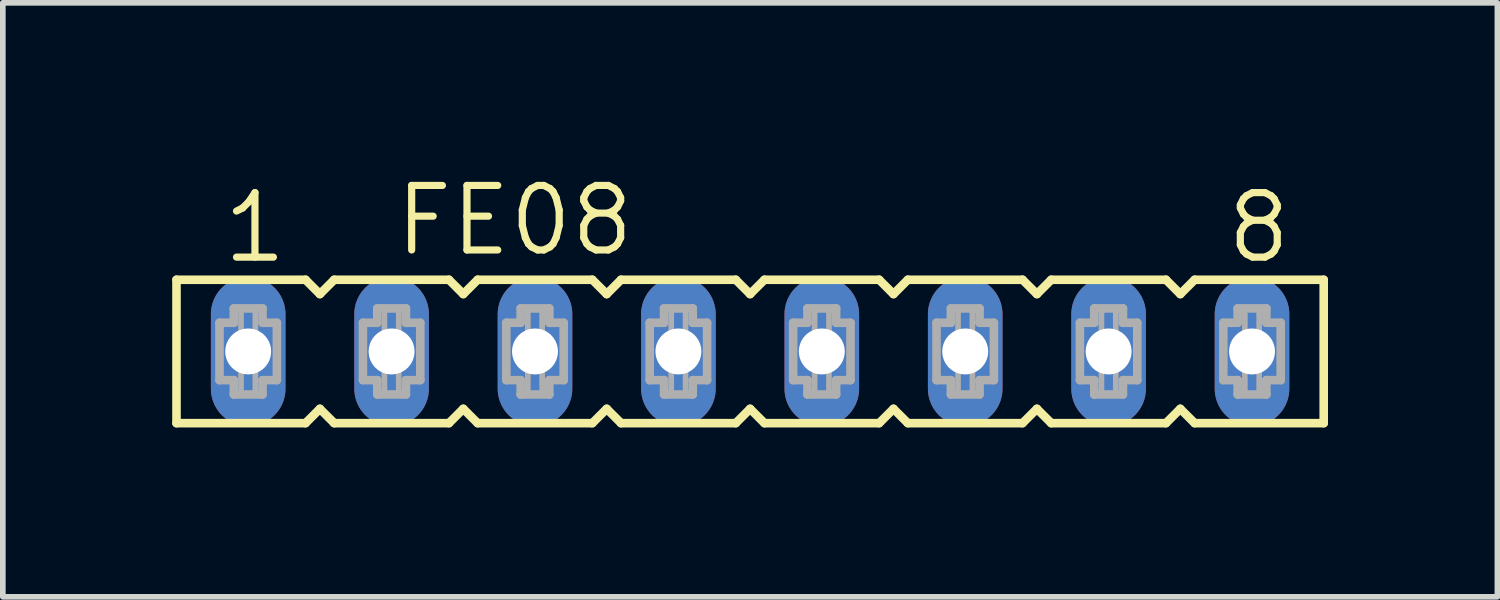
<source format=kicad_pcb>
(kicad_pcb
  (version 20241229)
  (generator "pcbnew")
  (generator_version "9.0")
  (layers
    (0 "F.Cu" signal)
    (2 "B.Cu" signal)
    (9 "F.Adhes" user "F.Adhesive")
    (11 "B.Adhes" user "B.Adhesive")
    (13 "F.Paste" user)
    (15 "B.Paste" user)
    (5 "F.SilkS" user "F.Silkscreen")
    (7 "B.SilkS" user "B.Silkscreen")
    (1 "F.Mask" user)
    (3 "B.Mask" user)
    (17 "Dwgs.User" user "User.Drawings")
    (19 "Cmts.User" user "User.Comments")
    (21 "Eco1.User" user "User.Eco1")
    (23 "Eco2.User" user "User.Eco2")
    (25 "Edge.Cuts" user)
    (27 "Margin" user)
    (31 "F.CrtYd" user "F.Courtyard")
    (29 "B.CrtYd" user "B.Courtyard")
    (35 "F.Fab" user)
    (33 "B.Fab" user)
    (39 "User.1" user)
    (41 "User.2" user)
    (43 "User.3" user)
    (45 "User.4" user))
  (footprint "FE08"
    (layer "F.Cu")
    (at 10.236 3.175)
    (property "Reference" "FE08" (at -6.35 -1.651 0) (layer "F.SilkS") (effects (font (size 1.143 1.143) (thickness 0.127)) (justify left bottom)))
    (fp_line (start -10.16 -1.27) (end -10.16 1.27) (stroke (width 0.152) (type solid)) (layer "F.SilkS"))
    (fp_line (start -10.16 1.27) (end -7.874 1.27) (stroke (width 0.152) (type solid)) (layer "F.SilkS"))
    (fp_line (start -7.874 -1.27) (end -10.16 -1.27) (stroke (width 0.152) (type solid)) (layer "F.SilkS"))
    (fp_line (start -7.874 1.27) (end -7.62 1.016) (stroke (width 0.152) (type solid)) (layer "F.SilkS"))
    (fp_line (start -7.62 -1.016) (end -7.874 -1.27) (stroke (width 0.152) (type solid)) (layer "F.SilkS"))
    (fp_line (start -7.62 1.016) (end -7.366 1.27) (stroke (width 0.152) (type solid)) (layer "F.SilkS"))
    (fp_line (start -7.366 -1.27) (end -7.62 -1.016) (stroke (width 0.152) (type solid)) (layer "F.SilkS"))
    (fp_line (start -7.366 1.27) (end -5.334 1.27) (stroke (width 0.152) (type solid)) (layer "F.SilkS"))
    (fp_line (start -5.334 -1.27) (end -7.366 -1.27) (stroke (width 0.152) (type solid)) (layer "F.SilkS"))
    (fp_line (start -5.334 1.27) (end -5.08 1.016) (stroke (width 0.152) (type solid)) (layer "F.SilkS"))
    (fp_line (start -5.08 -1.016) (end -5.334 -1.27) (stroke (width 0.152) (type solid)) (layer "F.SilkS"))
    (fp_line (start -5.08 1.016) (end -4.826 1.27) (stroke (width 0.152) (type solid)) (layer "F.SilkS"))
    (fp_line (start -4.826 -1.27) (end -5.08 -1.016) (stroke (width 0.152) (type solid)) (layer "F.SilkS"))
    (fp_line (start -4.826 1.27) (end -2.794 1.27) (stroke (width 0.152) (type solid)) (layer "F.SilkS"))
    (fp_line (start -2.794 -1.27) (end -4.826 -1.27) (stroke (width 0.152) (type solid)) (layer "F.SilkS"))
    (fp_line (start -2.794 1.27) (end -2.54 1.016) (stroke (width 0.152) (type solid)) (layer "F.SilkS"))
    (fp_line (start -2.54 -1.016) (end -2.794 -1.27) (stroke (width 0.152) (type solid)) (layer "F.SilkS"))
    (fp_line (start -2.54 1.016) (end -2.286 1.27) (stroke (width 0.152) (type solid)) (layer "F.SilkS"))
    (fp_line (start -2.286 -1.27) (end -2.54 -1.016) (stroke (width 0.152) (type solid)) (layer "F.SilkS"))
    (fp_line (start -2.286 1.27) (end -0.254 1.27) (stroke (width 0.152) (type solid)) (layer "F.SilkS"))
    (fp_line (start -0.254 -1.27) (end -2.286 -1.27) (stroke (width 0.152) (type solid)) (layer "F.SilkS"))
    (fp_line (start -0.254 1.27) (end 0 1.016) (stroke (width 0.152) (type solid)) (layer "F.SilkS"))
    (fp_line (start 0 -1.016) (end -0.254 -1.27) (stroke (width 0.152) (type solid)) (layer "F.SilkS"))
    (fp_line (start 0 1.016) (end 0.254 1.27) (stroke (width 0.152) (type solid)) (layer "F.SilkS"))
    (fp_line (start 0.254 -1.27) (end 0 -1.016) (stroke (width 0.152) (type solid)) (layer "F.SilkS"))
    (fp_line (start 0.254 1.27) (end 2.286 1.27) (stroke (width 0.152) (type solid)) (layer "F.SilkS"))
    (fp_line (start 2.286 -1.27) (end 0.254 -1.27) (stroke (width 0.152) (type solid)) (layer "F.SilkS"))
    (fp_line (start 2.286 1.27) (end 2.54 1.016) (stroke (width 0.152) (type solid)) (layer "F.SilkS"))
    (fp_line (start 2.54 -1.016) (end 2.286 -1.27) (stroke (width 0.152) (type solid)) (layer "F.SilkS"))
    (fp_line (start 2.54 1.016) (end 2.794 1.27) (stroke (width 0.152) (type solid)) (layer "F.SilkS"))
    (fp_line (start 2.794 -1.27) (end 2.54 -1.016) (stroke (width 0.152) (type solid)) (layer "F.SilkS"))
    (fp_line (start 2.794 1.27) (end 4.826 1.27) (stroke (width 0.152) (type solid)) (layer "F.SilkS"))
    (fp_line (start 4.826 -1.27) (end 2.794 -1.27) (stroke (width 0.152) (type solid)) (layer "F.SilkS"))
    (fp_line (start 4.826 1.27) (end 5.08 1.016) (stroke (width 0.152) (type solid)) (layer "F.SilkS"))
    (fp_line (start 5.08 -1.016) (end 4.826 -1.27) (stroke (width 0.152) (type solid)) (layer "F.SilkS"))
    (fp_line (start 5.08 1.016) (end 5.334 1.27) (stroke (width 0.152) (type solid)) (layer "F.SilkS"))
    (fp_line (start 5.334 -1.27) (end 5.08 -1.016) (stroke (width 0.152) (type solid)) (layer "F.SilkS"))
    (fp_line (start 5.334 1.27) (end 7.366 1.27) (stroke (width 0.152) (type solid)) (layer "F.SilkS"))
    (fp_line (start 7.366 -1.27) (end 5.334 -1.27) (stroke (width 0.152) (type solid)) (layer "F.SilkS"))
    (fp_line (start 7.366 1.27) (end 7.62 1.016) (stroke (width 0.152) (type solid)) (layer "F.SilkS"))
    (fp_line (start 7.62 -1.016) (end 7.366 -1.27) (stroke (width 0.152) (type solid)) (layer "F.SilkS"))
    (fp_line (start 7.62 1.016) (end 7.874 1.27) (stroke (width 0.152) (type solid)) (layer "F.SilkS"))
    (fp_line (start 7.874 -1.27) (end 7.62 -1.016) (stroke (width 0.152) (type solid)) (layer "F.SilkS"))
    (fp_line (start 7.874 1.27) (end 10.16 1.27) (stroke (width 0.152) (type solid)) (layer "F.SilkS"))
    (fp_line (start 10.16 -1.27) (end 7.874 -1.27) (stroke (width 0.152) (type solid)) (layer "F.SilkS"))
    (fp_line (start 10.16 1.27) (end 10.16 -1.27) (stroke (width 0.152) (type solid)) (layer "F.SilkS"))
    (fp_line (start -9.398 -0.508) (end -9.398 0.508) (stroke (width 0.152) (type solid)) (layer "F.Fab"))
    (fp_line (start -9.398 0.508) (end -9.144 0.508) (stroke (width 0.152) (type solid)) (layer "F.Fab"))
    (fp_line (start -9.144 -0.762) (end -9.144 -0.508) (stroke (width 0.152) (type solid)) (layer "F.Fab"))
    (fp_line (start -9.144 -0.508) (end -9.398 -0.508) (stroke (width 0.152) (type solid)) (layer "F.Fab"))
    (fp_line (start -9.144 0.508) (end -9.144 0.762) (stroke (width 0.152) (type solid)) (layer "F.Fab"))
    (fp_line (start -9.144 0.762) (end -8.636 0.762) (stroke (width 0.152) (type solid)) (layer "F.Fab"))
    (fp_line (start -8.636 -0.762) (end -9.144 -0.762) (stroke (width 0.152) (type solid)) (layer "F.Fab"))
    (fp_line (start -8.636 -0.508) (end -8.636 -0.762) (stroke (width 0.152) (type solid)) (layer "F.Fab"))
    (fp_line (start -8.636 0.508) (end -8.382 0.508) (stroke (width 0.152) (type solid)) (layer "F.Fab"))
    (fp_line (start -8.636 0.762) (end -8.636 0.508) (stroke (width 0.152) (type solid)) (layer "F.Fab"))
    (fp_line (start -8.382 -0.508) (end -8.636 -0.508) (stroke (width 0.152) (type solid)) (layer "F.Fab"))
    (fp_line (start -8.382 0.508) (end -8.382 -0.508) (stroke (width 0.152) (type solid)) (layer "F.Fab"))
    (fp_line (start -6.858 -0.508) (end -6.858 0.508) (stroke (width 0.152) (type solid)) (layer "F.Fab"))
    (fp_line (start -6.858 0.508) (end -6.604 0.508) (stroke (width 0.152) (type solid)) (layer "F.Fab"))
    (fp_line (start -6.604 -0.762) (end -6.604 -0.508) (stroke (width 0.152) (type solid)) (layer "F.Fab"))
    (fp_line (start -6.604 -0.508) (end -6.858 -0.508) (stroke (width 0.152) (type solid)) (layer "F.Fab"))
    (fp_line (start -6.604 0.508) (end -6.604 0.762) (stroke (width 0.152) (type solid)) (layer "F.Fab"))
    (fp_line (start -6.604 0.762) (end -6.096 0.762) (stroke (width 0.152) (type solid)) (layer "F.Fab"))
    (fp_line (start -6.096 -0.762) (end -6.604 -0.762) (stroke (width 0.152) (type solid)) (layer "F.Fab"))
    (fp_line (start -6.096 -0.508) (end -6.096 -0.762) (stroke (width 0.152) (type solid)) (layer "F.Fab"))
    (fp_line (start -6.096 0.508) (end -5.842 0.508) (stroke (width 0.152) (type solid)) (layer "F.Fab"))
    (fp_line (start -6.096 0.762) (end -6.096 0.508) (stroke (width 0.152) (type solid)) (layer "F.Fab"))
    (fp_line (start -5.842 -0.508) (end -6.096 -0.508) (stroke (width 0.152) (type solid)) (layer "F.Fab"))
    (fp_line (start -5.842 0.508) (end -5.842 -0.508) (stroke (width 0.152) (type solid)) (layer "F.Fab"))
    (fp_line (start -4.318 -0.508) (end -4.318 0.508) (stroke (width 0.152) (type solid)) (layer "F.Fab"))
    (fp_line (start -4.318 0.508) (end -4.064 0.508) (stroke (width 0.152) (type solid)) (layer "F.Fab"))
    (fp_line (start -4.064 -0.762) (end -4.064 -0.508) (stroke (width 0.152) (type solid)) (layer "F.Fab"))
    (fp_line (start -4.064 -0.508) (end -4.318 -0.508) (stroke (width 0.152) (type solid)) (layer "F.Fab"))
    (fp_line (start -4.064 0.508) (end -4.064 0.762) (stroke (width 0.152) (type solid)) (layer "F.Fab"))
    (fp_line (start -4.064 0.762) (end -3.556 0.762) (stroke (width 0.152) (type solid)) (layer "F.Fab"))
    (fp_line (start -3.556 -0.762) (end -4.064 -0.762) (stroke (width 0.152) (type solid)) (layer "F.Fab"))
    (fp_line (start -3.556 -0.508) (end -3.556 -0.762) (stroke (width 0.152) (type solid)) (layer "F.Fab"))
    (fp_line (start -3.556 0.508) (end -3.302 0.508) (stroke (width 0.152) (type solid)) (layer "F.Fab"))
    (fp_line (start -3.556 0.762) (end -3.556 0.508) (stroke (width 0.152) (type solid)) (layer "F.Fab"))
    (fp_line (start -3.302 -0.508) (end -3.556 -0.508) (stroke (width 0.152) (type solid)) (layer "F.Fab"))
    (fp_line (start -3.302 0.508) (end -3.302 -0.508) (stroke (width 0.152) (type solid)) (layer "F.Fab"))
    (fp_line (start -1.778 -0.508) (end -1.778 0.508) (stroke (width 0.152) (type solid)) (layer "F.Fab"))
    (fp_line (start -1.778 0.508) (end -1.524 0.508) (stroke (width 0.152) (type solid)) (layer "F.Fab"))
    (fp_line (start -1.524 -0.762) (end -1.524 -0.508) (stroke (width 0.152) (type solid)) (layer "F.Fab"))
    (fp_line (start -1.524 -0.508) (end -1.778 -0.508) (stroke (width 0.152) (type solid)) (layer "F.Fab"))
    (fp_line (start -1.524 0.508) (end -1.524 0.762) (stroke (width 0.152) (type solid)) (layer "F.Fab"))
    (fp_line (start -1.524 0.762) (end -1.016 0.762) (stroke (width 0.152) (type solid)) (layer "F.Fab"))
    (fp_line (start -1.016 -0.762) (end -1.524 -0.762) (stroke (width 0.152) (type solid)) (layer "F.Fab"))
    (fp_line (start -1.016 -0.508) (end -1.016 -0.762) (stroke (width 0.152) (type solid)) (layer "F.Fab"))
    (fp_line (start -1.016 0.508) (end -0.762 0.508) (stroke (width 0.152) (type solid)) (layer "F.Fab"))
    (fp_line (start -1.016 0.762) (end -1.016 0.508) (stroke (width 0.152) (type solid)) (layer "F.Fab"))
    (fp_line (start -0.762 -0.508) (end -1.016 -0.508) (stroke (width 0.152) (type solid)) (layer "F.Fab"))
    (fp_line (start -0.762 0.508) (end -0.762 -0.508) (stroke (width 0.152) (type solid)) (layer "F.Fab"))
    (fp_line (start 0.762 -0.508) (end 0.762 0.508) (stroke (width 0.152) (type solid)) (layer "F.Fab"))
    (fp_line (start 0.762 0.508) (end 1.016 0.508) (stroke (width 0.152) (type solid)) (layer "F.Fab"))
    (fp_line (start 1.016 -0.762) (end 1.016 -0.508) (stroke (width 0.152) (type solid)) (layer "F.Fab"))
    (fp_line (start 1.016 -0.508) (end 0.762 -0.508) (stroke (width 0.152) (type solid)) (layer "F.Fab"))
    (fp_line (start 1.016 0.508) (end 1.016 0.762) (stroke (width 0.152) (type solid)) (layer "F.Fab"))
    (fp_line (start 1.016 0.762) (end 1.524 0.762) (stroke (width 0.152) (type solid)) (layer "F.Fab"))
    (fp_line (start 1.524 -0.762) (end 1.016 -0.762) (stroke (width 0.152) (type solid)) (layer "F.Fab"))
    (fp_line (start 1.524 -0.508) (end 1.524 -0.762) (stroke (width 0.152) (type solid)) (layer "F.Fab"))
    (fp_line (start 1.524 0.508) (end 1.778 0.508) (stroke (width 0.152) (type solid)) (layer "F.Fab"))
    (fp_line (start 1.524 0.762) (end 1.524 0.508) (stroke (width 0.152) (type solid)) (layer "F.Fab"))
    (fp_line (start 1.778 -0.508) (end 1.524 -0.508) (stroke (width 0.152) (type solid)) (layer "F.Fab"))
    (fp_line (start 1.778 0.508) (end 1.778 -0.508) (stroke (width 0.152) (type solid)) (layer "F.Fab"))
    (fp_line (start 3.302 -0.508) (end 3.302 0.508) (stroke (width 0.152) (type solid)) (layer "F.Fab"))
    (fp_line (start 3.302 0.508) (end 3.556 0.508) (stroke (width 0.152) (type solid)) (layer "F.Fab"))
    (fp_line (start 3.556 -0.762) (end 3.556 -0.508) (stroke (width 0.152) (type solid)) (layer "F.Fab"))
    (fp_line (start 3.556 -0.508) (end 3.302 -0.508) (stroke (width 0.152) (type solid)) (layer "F.Fab"))
    (fp_line (start 3.556 0.508) (end 3.556 0.762) (stroke (width 0.152) (type solid)) (layer "F.Fab"))
    (fp_line (start 3.556 0.762) (end 4.064 0.762) (stroke (width 0.152) (type solid)) (layer "F.Fab"))
    (fp_line (start 4.064 -0.762) (end 3.556 -0.762) (stroke (width 0.152) (type solid)) (layer "F.Fab"))
    (fp_line (start 4.064 -0.508) (end 4.064 -0.762) (stroke (width 0.152) (type solid)) (layer "F.Fab"))
    (fp_line (start 4.064 0.508) (end 4.318 0.508) (stroke (width 0.152) (type solid)) (layer "F.Fab"))
    (fp_line (start 4.064 0.762) (end 4.064 0.508) (stroke (width 0.152) (type solid)) (layer "F.Fab"))
    (fp_line (start 4.318 -0.508) (end 4.064 -0.508) (stroke (width 0.152) (type solid)) (layer "F.Fab"))
    (fp_line (start 4.318 0.508) (end 4.318 -0.508) (stroke (width 0.152) (type solid)) (layer "F.Fab"))
    (fp_line (start 5.842 -0.508) (end 5.842 0.508) (stroke (width 0.152) (type solid)) (layer "F.Fab"))
    (fp_line (start 5.842 0.508) (end 6.096 0.508) (stroke (width 0.152) (type solid)) (layer "F.Fab"))
    (fp_line (start 6.096 -0.762) (end 6.096 -0.508) (stroke (width 0.152) (type solid)) (layer "F.Fab"))
    (fp_line (start 6.096 -0.508) (end 5.842 -0.508) (stroke (width 0.152) (type solid)) (layer "F.Fab"))
    (fp_line (start 6.096 0.508) (end 6.096 0.762) (stroke (width 0.152) (type solid)) (layer "F.Fab"))
    (fp_line (start 6.096 0.762) (end 6.604 0.762) (stroke (width 0.152) (type solid)) (layer "F.Fab"))
    (fp_line (start 6.604 -0.762) (end 6.096 -0.762) (stroke (width 0.152) (type solid)) (layer "F.Fab"))
    (fp_line (start 6.604 -0.508) (end 6.604 -0.762) (stroke (width 0.152) (type solid)) (layer "F.Fab"))
    (fp_line (start 6.604 0.508) (end 6.858 0.508) (stroke (width 0.152) (type solid)) (layer "F.Fab"))
    (fp_line (start 6.604 0.762) (end 6.604 0.508) (stroke (width 0.152) (type solid)) (layer "F.Fab"))
    (fp_line (start 6.858 -0.508) (end 6.604 -0.508) (stroke (width 0.152) (type solid)) (layer "F.Fab"))
    (fp_line (start 6.858 0.508) (end 6.858 -0.508) (stroke (width 0.152) (type solid)) (layer "F.Fab"))
    (fp_line (start 8.382 -0.508) (end 8.382 0.508) (stroke (width 0.152) (type solid)) (layer "F.Fab"))
    (fp_line (start 8.382 0.508) (end 8.636 0.508) (stroke (width 0.152) (type solid)) (layer "F.Fab"))
    (fp_line (start 8.636 -0.762) (end 8.636 -0.508) (stroke (width 0.152) (type solid)) (layer "F.Fab"))
    (fp_line (start 8.636 -0.508) (end 8.382 -0.508) (stroke (width 0.152) (type solid)) (layer "F.Fab"))
    (fp_line (start 8.636 0.508) (end 8.636 0.762) (stroke (width 0.152) (type solid)) (layer "F.Fab"))
    (fp_line (start 8.636 0.762) (end 9.144 0.762) (stroke (width 0.152) (type solid)) (layer "F.Fab"))
    (fp_line (start 9.144 -0.762) (end 8.636 -0.762) (stroke (width 0.152) (type solid)) (layer "F.Fab"))
    (fp_line (start 9.144 -0.508) (end 9.144 -0.762) (stroke (width 0.152) (type solid)) (layer "F.Fab"))
    (fp_line (start 9.144 0.508) (end 9.398 0.508) (stroke (width 0.152) (type solid)) (layer "F.Fab"))
    (fp_line (start 9.144 0.762) (end 9.144 0.508) (stroke (width 0.152) (type solid)) (layer "F.Fab"))
    (fp_line (start 9.398 -0.508) (end 9.144 -0.508) (stroke (width 0.152) (type solid)) (layer "F.Fab"))
    (fp_line (start 9.398 0.508) (end 9.398 -0.508) (stroke (width 0.152) (type solid)) (layer "F.Fab"))
    (fp_poly (pts (xy -9.017 -0.254) (xy -8.763 -0.254) (xy -8.763 -0.762) (xy -9.017 -0.762)) (stroke (width 0.1) (type solid)) (fill no) (layer "F.Fab"))
    (fp_poly (pts (xy -9.017 0.762) (xy -8.763 0.762) (xy -8.763 0.254) (xy -9.017 0.254)) (stroke (width 0.1) (type solid)) (fill no) (layer "F.Fab"))
    (fp_poly (pts (xy -6.477 -0.254) (xy -6.223 -0.254) (xy -6.223 -0.762) (xy -6.477 -0.762)) (stroke (width 0.1) (type solid)) (fill no) (layer "F.Fab"))
    (fp_poly (pts (xy -6.477 0.762) (xy -6.223 0.762) (xy -6.223 0.254) (xy -6.477 0.254)) (stroke (width 0.1) (type solid)) (fill no) (layer "F.Fab"))
    (fp_poly (pts (xy -3.937 -0.254) (xy -3.683 -0.254) (xy -3.683 -0.762) (xy -3.937 -0.762)) (stroke (width 0.1) (type solid)) (fill no) (layer "F.Fab"))
    (fp_poly (pts (xy -3.937 0.762) (xy -3.683 0.762) (xy -3.683 0.254) (xy -3.937 0.254)) (stroke (width 0.1) (type solid)) (fill no) (layer "F.Fab"))
    (fp_poly (pts (xy -1.397 -0.254) (xy -1.143 -0.254) (xy -1.143 -0.762) (xy -1.397 -0.762)) (stroke (width 0.1) (type solid)) (fill no) (layer "F.Fab"))
    (fp_poly (pts (xy -1.397 0.762) (xy -1.143 0.762) (xy -1.143 0.254) (xy -1.397 0.254)) (stroke (width 0.1) (type solid)) (fill no) (layer "F.Fab"))
    (fp_poly (pts (xy 1.143 -0.254) (xy 1.397 -0.254) (xy 1.397 -0.762) (xy 1.143 -0.762)) (stroke (width 0.1) (type solid)) (fill no) (layer "F.Fab"))
    (fp_poly (pts (xy 1.143 0.762) (xy 1.397 0.762) (xy 1.397 0.254) (xy 1.143 0.254)) (stroke (width 0.1) (type solid)) (fill no) (layer "F.Fab"))
    (fp_poly (pts (xy 3.683 -0.254) (xy 3.937 -0.254) (xy 3.937 -0.762) (xy 3.683 -0.762)) (stroke (width 0.1) (type solid)) (fill no) (layer "F.Fab"))
    (fp_poly (pts (xy 3.683 0.762) (xy 3.937 0.762) (xy 3.937 0.254) (xy 3.683 0.254)) (stroke (width 0.1) (type solid)) (fill no) (layer "F.Fab"))
    (fp_poly (pts (xy 6.223 -0.254) (xy 6.477 -0.254) (xy 6.477 -0.762) (xy 6.223 -0.762)) (stroke (width 0.1) (type solid)) (fill no) (layer "F.Fab"))
    (fp_poly (pts (xy 6.223 0.762) (xy 6.477 0.762) (xy 6.477 0.254) (xy 6.223 0.254)) (stroke (width 0.1) (type solid)) (fill no) (layer "F.Fab"))
    (fp_poly (pts (xy 8.763 -0.254) (xy 9.017 -0.254) (xy 9.017 -0.762) (xy 8.763 -0.762)) (stroke (width 0.1) (type solid)) (fill no) (layer "F.Fab"))
    (fp_poly (pts (xy 8.763 0.762) (xy 9.017 0.762) (xy 9.017 0.254) (xy 8.763 0.254)) (stroke (width 0.1) (type solid)) (fill no) (layer "F.Fab"))
    (fp_text user "1" (at -9.398 -1.524 0) (layer "F.SilkS") (effects (font (size 1.143 1.143) (thickness 0.127)) (justify left bottom)))
    (fp_text user "8" (at 8.382 -1.524 0) (layer "F.SilkS") (effects (font (size 1.143 1.143) (thickness 0.127)) (justify left bottom)))
    (pad "1" thru_hole oval (at -8.89 0 90) (size 2.642 1.321) (drill 0.813) (layers "*.Cu" "*.Mask"))
    (pad "2" thru_hole oval (at -6.35 0 90) (size 2.642 1.321) (drill 0.813) (layers "*.Cu" "*.Mask"))
    (pad "3" thru_hole oval (at -3.81 0 90) (size 2.642 1.321) (drill 0.813) (layers "*.Cu" "*.Mask"))
    (pad "4" thru_hole oval (at -1.27 0 90) (size 2.642 1.321) (drill 0.813) (layers "*.Cu" "*.Mask"))
    (pad "5" thru_hole oval (at 1.27 0 90) (size 2.642 1.321) (drill 0.813) (layers "*.Cu" "*.Mask"))
    (pad "6" thru_hole oval (at 3.81 0 90) (size 2.642 1.321) (drill 0.813) (layers "*.Cu" "*.Mask"))
    (pad "7" thru_hole oval (at 6.35 0 90) (size 2.642 1.321) (drill 0.813) (layers "*.Cu" "*.Mask"))
    (pad "8" thru_hole oval (at 8.89 0 90) (size 2.642 1.321) (drill 0.813) (layers "*.Cu" "*.Mask")))
  (gr_rect
    (start -3 -3)
    (end 23.472 7.521)
    (stroke (width 0.1) (type default))
    (fill no)
    (layer "Edge.Cuts")))
</source>
